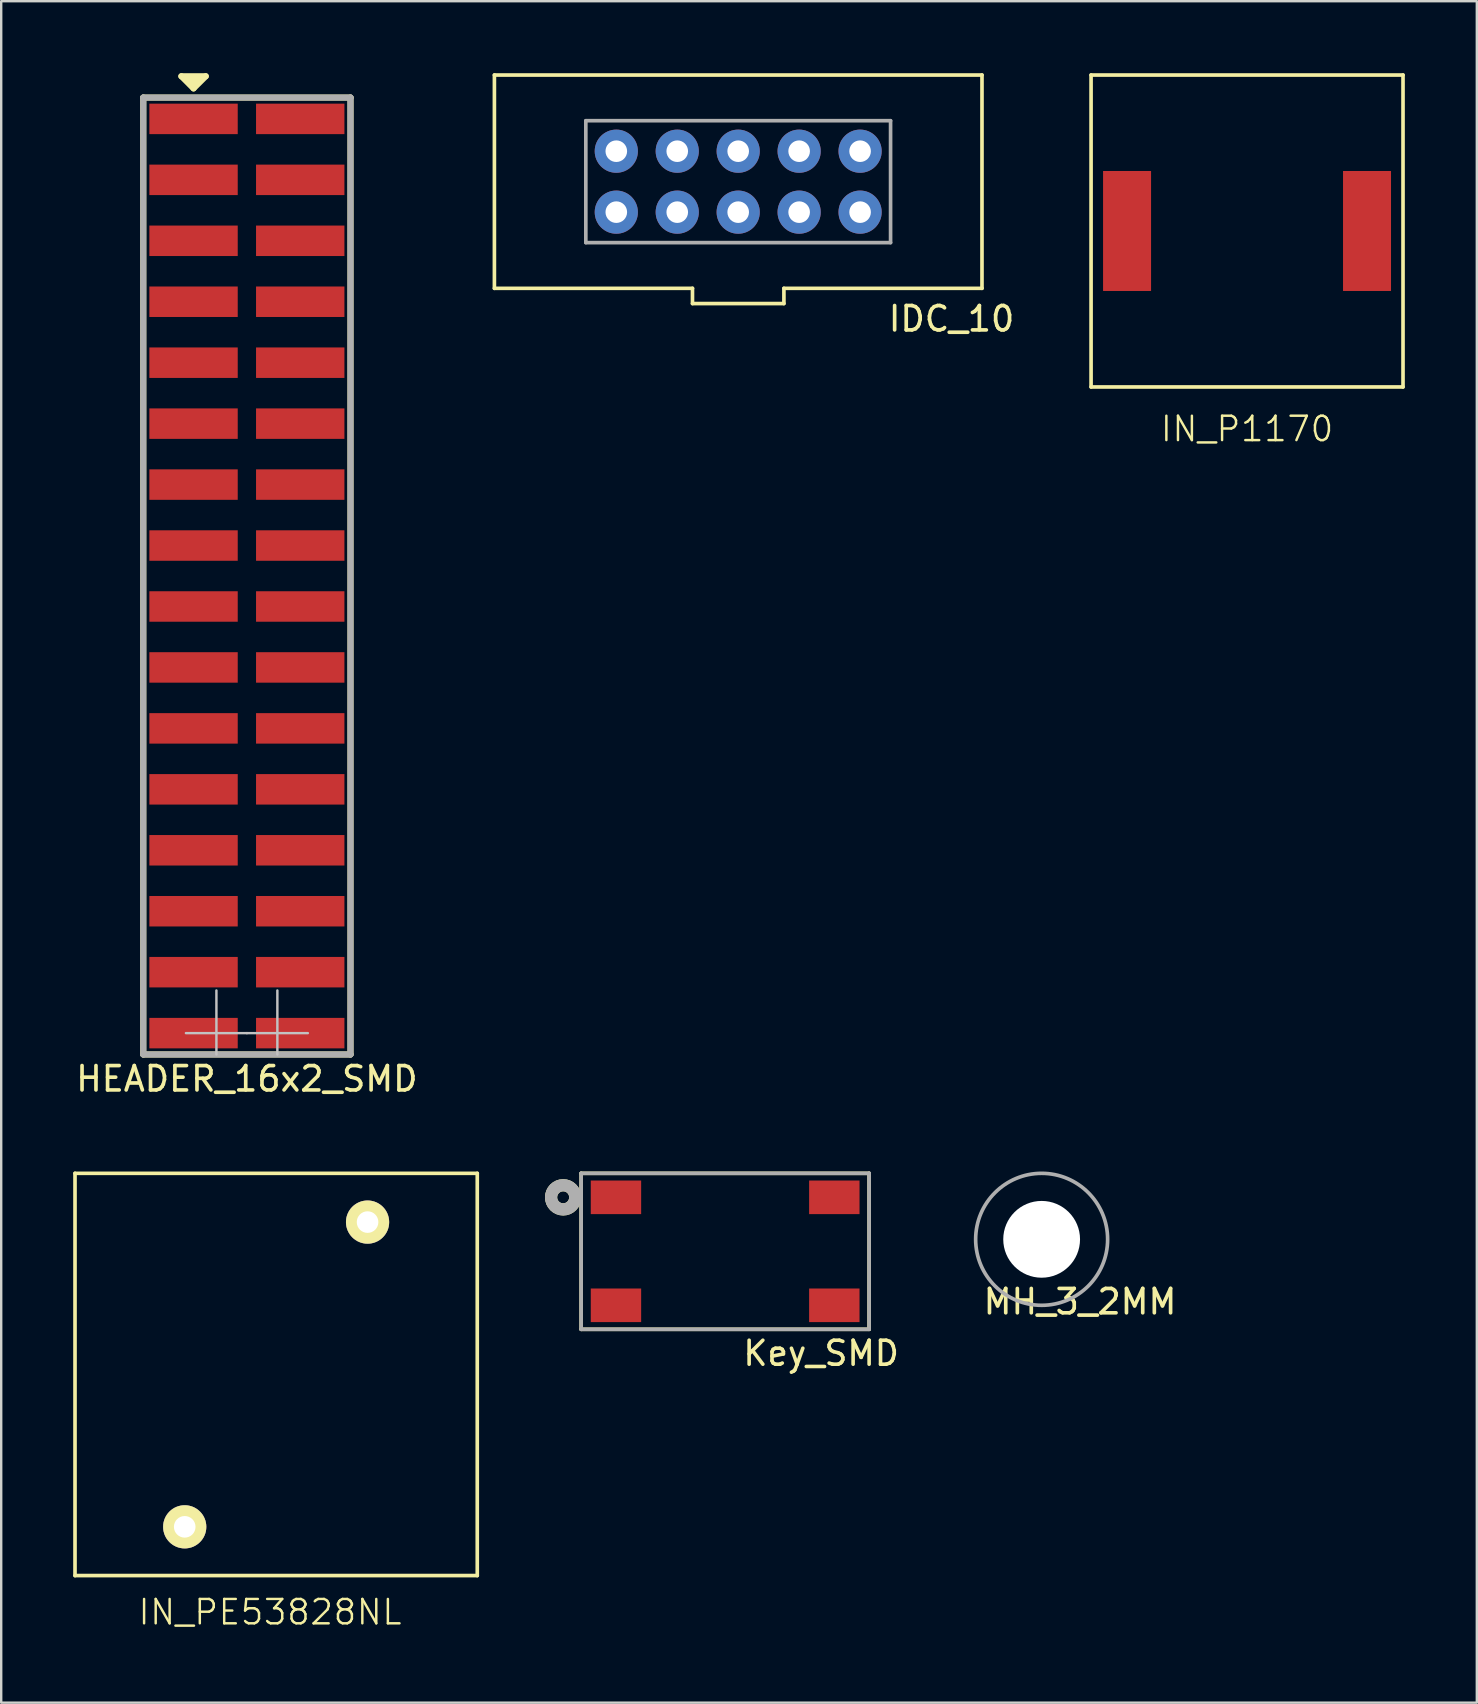
<source format=kicad_pcb>
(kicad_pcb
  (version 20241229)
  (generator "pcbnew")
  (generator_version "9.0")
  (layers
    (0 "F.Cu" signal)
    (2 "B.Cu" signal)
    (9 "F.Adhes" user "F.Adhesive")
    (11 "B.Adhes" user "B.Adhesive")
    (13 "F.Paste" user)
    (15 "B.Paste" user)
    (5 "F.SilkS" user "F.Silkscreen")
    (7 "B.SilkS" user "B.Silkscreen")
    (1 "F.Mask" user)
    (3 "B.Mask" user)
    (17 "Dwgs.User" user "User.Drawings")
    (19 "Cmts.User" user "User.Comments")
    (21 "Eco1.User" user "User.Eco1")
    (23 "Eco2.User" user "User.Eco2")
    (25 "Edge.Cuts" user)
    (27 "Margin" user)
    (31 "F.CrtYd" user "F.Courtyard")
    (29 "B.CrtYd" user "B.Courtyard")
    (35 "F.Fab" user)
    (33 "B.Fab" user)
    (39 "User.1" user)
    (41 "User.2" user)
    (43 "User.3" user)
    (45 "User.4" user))
  (footprint "HEADER_16x2_SMD"
    (layer "F.Cu")
    (at 7.239 1.905)
    (property "Reference" "HEADER_16x2_SMD" (at 0 40.005 0) (layer "F.SilkS") (effects (font (size 1.016 1.016) (thickness 0.152))))
    (attr smd)
    (fp_line (start -4.318 -0.889) (end -4.318 38.989) (stroke (width 0.254) (type solid)) (layer "F.SilkS"))
    (fp_line (start -4.318 38.989) (end 4.318 38.989) (stroke (width 0.254) (type solid)) (layer "F.SilkS"))
    (fp_line (start -2.413 -1.587) (end -2.032 -1.587) (stroke (width 0.254) (type solid)) (layer "F.SilkS"))
    (fp_line (start -2.286 -1.46) (end -2.159 -1.46) (stroke (width 0.254) (type solid)) (layer "F.SilkS"))
    (fp_line (start -2.223 -1.27) (end -2.731 -1.778) (stroke (width 0.254) (type solid)) (layer "F.SilkS"))
    (fp_line (start -2.223 -1.27) (end -1.714 -1.778) (stroke (width 0.254) (type solid)) (layer "F.SilkS"))
    (fp_line (start -1.714 -1.778) (end -2.731 -1.778) (stroke (width 0.254) (type solid)) (layer "F.SilkS"))
    (fp_line (start 4.318 -0.889) (end -4.318 -0.889) (stroke (width 0.254) (type solid)) (layer "F.SilkS"))
    (fp_line (start 4.318 38.989) (end 4.318 -0.889) (stroke (width 0.254) (type solid)) (layer "F.SilkS"))
    (fp_line (start -1.27 38.989) (end -1.27 36.322) (stroke (width 0.102) (type solid)) (layer "Dwgs.User"))
    (fp_line (start 0 38.1) (end -2.54 38.1) (stroke (width 0.102) (type solid)) (layer "Dwgs.User"))
    (fp_line (start 0 38.1) (end 2.54 38.1) (stroke (width 0.102) (type solid)) (layer "Dwgs.User"))
    (fp_line (start 1.27 38.989) (end 1.27 36.322) (stroke (width 0.102) (type solid)) (layer "Dwgs.User"))
    (fp_line (start -4.318 -0.889) (end -4.318 38.989) (stroke (width 0.254) (type solid)) (layer "F.Fab"))
    (fp_line (start -4.318 38.989) (end 4.318 38.989) (stroke (width 0.254) (type solid)) (layer "F.Fab"))
    (fp_line (start 4.318 -0.889) (end -4.318 -0.889) (stroke (width 0.254) (type solid)) (layer "F.Fab"))
    (fp_line (start 4.318 38.989) (end 4.318 -0.889) (stroke (width 0.254) (type solid)) (layer "F.Fab"))
    (pad "1" smd rect (at -2.223 0) (size 3.683 1.27) (layers "F.Cu" "F.Mask" "F.Paste"))
    (pad "2" smd rect (at 2.223 0) (size 3.683 1.27) (layers "F.Cu" "F.Mask" "F.Paste"))
    (pad "3" smd rect (at -2.223 2.54) (size 3.683 1.27) (layers "F.Cu" "F.Mask" "F.Paste"))
    (pad "4" smd rect (at 2.223 2.54) (size 3.683 1.27) (layers "F.Cu" "F.Mask" "F.Paste"))
    (pad "5" smd rect (at -2.223 5.08) (size 3.683 1.27) (layers "F.Cu" "F.Mask" "F.Paste"))
    (pad "6" smd rect (at 2.223 5.08) (size 3.683 1.27) (layers "F.Cu" "F.Mask" "F.Paste"))
    (pad "7" smd rect (at -2.223 7.62) (size 3.683 1.27) (layers "F.Cu" "F.Mask" "F.Paste"))
    (pad "8" smd rect (at 2.223 7.62) (size 3.683 1.27) (layers "F.Cu" "F.Mask" "F.Paste"))
    (pad "9" smd rect (at -2.223 10.16) (size 3.683 1.27) (layers "F.Cu" "F.Mask" "F.Paste"))
    (pad "10" smd rect (at 2.223 10.16) (size 3.683 1.27) (layers "F.Cu" "F.Mask" "F.Paste"))
    (pad "11" smd rect (at -2.223 12.7) (size 3.683 1.27) (layers "F.Cu" "F.Mask" "F.Paste"))
    (pad "12" smd rect (at 2.223 12.7) (size 3.683 1.27) (layers "F.Cu" "F.Mask" "F.Paste"))
    (pad "13" smd rect (at -2.223 15.24) (size 3.683 1.27) (layers "F.Cu" "F.Mask" "F.Paste"))
    (pad "14" smd rect (at 2.223 15.24) (size 3.683 1.27) (layers "F.Cu" "F.Mask" "F.Paste"))
    (pad "15" smd rect (at -2.223 17.78) (size 3.683 1.27) (layers "F.Cu" "F.Mask" "F.Paste"))
    (pad "16" smd rect (at 2.223 17.78) (size 3.683 1.27) (layers "F.Cu" "F.Mask" "F.Paste"))
    (pad "17" smd rect (at -2.223 20.32) (size 3.683 1.27) (layers "F.Cu" "F.Mask" "F.Paste"))
    (pad "18" smd rect (at 2.223 20.32) (size 3.683 1.27) (layers "F.Cu" "F.Mask" "F.Paste"))
    (pad "19" smd rect (at -2.223 22.86) (size 3.683 1.27) (layers "F.Cu" "F.Mask" "F.Paste"))
    (pad "20" smd rect (at 2.223 22.86) (size 3.683 1.27) (layers "F.Cu" "F.Mask" "F.Paste"))
    (pad "21" smd rect (at -2.223 25.4) (size 3.683 1.27) (layers "F.Cu" "F.Mask" "F.Paste"))
    (pad "22" smd rect (at 2.223 25.4) (size 3.683 1.27) (layers "F.Cu" "F.Mask" "F.Paste"))
    (pad "23" smd rect (at -2.223 27.94) (size 3.683 1.27) (layers "F.Cu" "F.Mask" "F.Paste"))
    (pad "24" smd rect (at 2.223 27.94) (size 3.683 1.27) (layers "F.Cu" "F.Mask" "F.Paste"))
    (pad "25" smd rect (at -2.223 30.48) (size 3.683 1.27) (layers "F.Cu" "F.Mask" "F.Paste"))
    (pad "26" smd rect (at 2.223 30.48) (size 3.683 1.27) (layers "F.Cu" "F.Mask" "F.Paste"))
    (pad "27" smd rect (at -2.223 33.02) (size 3.683 1.27) (layers "F.Cu" "F.Mask" "F.Paste"))
    (pad "28" smd rect (at 2.223 33.02) (size 3.683 1.27) (layers "F.Cu" "F.Mask" "F.Paste"))
    (pad "29" smd rect (at -2.223 35.56) (size 3.683 1.27) (layers "F.Cu" "F.Mask" "F.Paste"))
    (pad "30" smd rect (at 2.223 35.56) (size 3.683 1.27) (layers "F.Cu" "F.Mask" "F.Paste"))
    (pad "31" smd rect (at -2.223 38.1) (size 3.683 1.27) (layers "F.Cu" "F.Mask" "F.Paste"))
    (pad "32" smd rect (at 2.223 38.1) (size 3.683 1.27) (layers "F.Cu" "F.Mask" "F.Paste")))
  (footprint "MH_3_2MM"
    (layer "F.Cu")
    (at 40.36 48.598)
    (property "Reference" "MH_3_2MM" (at 1.6 2.6 0) (layer "F.SilkS") (effects (font (size 1.016 1.016) (thickness 0.152))))
    (attr through_hole)
    (fp_circle (center 0 0) (end 2.75 0) (stroke (width 0.152) (type solid)) (fill no) (layer "F.Fab"))
    (pad "" np_thru_hole circle (at 0 0) (size 3.2 3.2) (drill 3.2) (layers "*.Cu" "*.Mask")))
  (footprint "IN_PE53828NL"
    (layer "F.Cu")
    (at 4.648 60.58)
    (property "Reference" "IN_PE53828NL" (at 3.556 3.556 0) (layer "F.SilkS") (effects (font (size 1.016 1.016) (thickness 0.102))))
    (attr through_hole)
    (fp_line (start -4.572 -14.732) (end 12.192 -14.732) (stroke (width 0.152) (type solid)) (layer "F.SilkS"))
    (fp_line (start -4.572 2.032) (end -4.572 -14.732) (stroke (width 0.152) (type solid)) (layer "F.SilkS"))
    (fp_line (start -4.572 2.032) (end 12.192 2.032) (stroke (width 0.152) (type solid)) (layer "F.SilkS"))
    (fp_line (start 12.192 2.032) (end 12.192 -14.732) (stroke (width 0.152) (type solid)) (layer "F.SilkS"))
    (pad "1" thru_hole circle (at 0 0) (size 1.8 1.8) (drill 0.9) (layers "*.Cu" "*.Mask" "F.SilkS"))
    (pad "2" thru_hole circle (at 7.62 -12.7) (size 1.8 1.8) (drill 0.9) (layers "*.Cu" "*.Mask" "F.SilkS")))
  (footprint "IN_P1170"
    (layer "F.Cu")
    (at 48.92 6.576)
    (property "Reference" "IN_P1170" (at 0 8.25 0) (layer "F.SilkS") (effects (font (size 1.016 1.016) (thickness 0.102))))
    (attr smd)
    (fp_line (start -6.5 -6.5) (end 6.5 -6.5) (stroke (width 0.152) (type solid)) (layer "F.SilkS"))
    (fp_line (start -6.5 6.5) (end -6.5 -6.5) (stroke (width 0.152) (type solid)) (layer "F.SilkS"))
    (fp_line (start 6.5 -6.5) (end 6.5 6.5) (stroke (width 0.152) (type solid)) (layer "F.SilkS"))
    (fp_line (start 6.5 6.5) (end -6.5 6.5) (stroke (width 0.152) (type solid)) (layer "F.SilkS"))
    (pad "1" smd rect (at -5 0) (size 2 5) (layers "F.Cu" "F.Mask" "F.Paste"))
    (pad "2" smd rect (at 5 0) (size 2 5) (layers "F.Cu" "F.Mask" "F.Paste")))
  (footprint "Key_SMD"
    (layer "F.Cu")
    (at 27.17 49.098)
    (property "Reference" "Key_SMD" (at 4 4.25 0) (layer "F.SilkS") (effects (font (size 1 1) (thickness 0.15))))
    (attr smd)
    (fp_line (start -6 -3.25) (end 6 -3.25) (stroke (width 0.152) (type solid)) (layer "F.SilkS"))
    (fp_line (start -6 3.25) (end -6 -3.25) (stroke (width 0.152) (type solid)) (layer "F.SilkS"))
    (fp_line (start 6 -3.25) (end 6 3.25) (stroke (width 0.152) (type solid)) (layer "F.SilkS"))
    (fp_line (start 6 3.25) (end -6 3.25) (stroke (width 0.152) (type solid)) (layer "F.SilkS"))
    (fp_circle (center -6.75 -2.25) (end -6.5 -2.25) (stroke (width 0.508) (type solid)) (fill no) (layer "F.SilkS"))
    (fp_line (start -6 -3.25) (end 6 -3.25) (stroke (width 0.152) (type solid)) (layer "F.Fab"))
    (fp_line (start -6 3.25) (end -6 -3.25) (stroke (width 0.152) (type solid)) (layer "F.Fab"))
    (fp_line (start 6 -3.25) (end 6 3.25) (stroke (width 0.152) (type solid)) (layer "F.Fab"))
    (fp_line (start 6 3.25) (end -6 3.25) (stroke (width 0.152) (type solid)) (layer "F.Fab"))
    (fp_circle (center -6.75 -2.25) (end -6.5 -2.25) (stroke (width 0.508) (type solid)) (fill no) (layer "F.Fab"))
    (pad "1" smd rect (at -4.55 -2.25) (size 2.1 1.4) (layers "F.Cu" "F.Mask" "F.Paste"))
    (pad "2" smd rect (at 4.55 -2.25) (size 2.1 1.4) (layers "F.Cu" "F.Mask" "F.Paste"))
    (pad "3" smd rect (at -4.55 2.25) (size 2.1 1.4) (layers "F.Cu" "F.Mask" "F.Paste"))
    (pad "4" smd rect (at 4.55 2.25) (size 2.1 1.4) (layers "F.Cu" "F.Mask" "F.Paste")))
  (footprint "IDC_10"
    (layer "F.Cu")
    (at 27.714 4.521)
    (property "Reference" "IDC_10" (at 8.89 5.715 0) (layer "F.SilkS") (effects (font (size 1.016 1.016) (thickness 0.152))))
    (attr through_hole)
    (fp_line (start -10.16 -4.445) (end 10.16 -4.445) (stroke (width 0.152) (type solid)) (layer "F.SilkS"))
    (fp_line (start -10.16 4.445) (end -10.16 -4.445) (stroke (width 0.152) (type solid)) (layer "F.SilkS"))
    (fp_line (start -1.905 4.445) (end -10.16 4.445) (stroke (width 0.152) (type solid)) (layer "F.SilkS"))
    (fp_line (start -1.905 4.445) (end -1.905 5.08) (stroke (width 0.152) (type solid)) (layer "F.SilkS"))
    (fp_line (start -1.905 5.08) (end 1.905 5.08) (stroke (width 0.152) (type solid)) (layer "F.SilkS"))
    (fp_line (start 1.905 5.08) (end 1.905 4.445) (stroke (width 0.152) (type solid)) (layer "F.SilkS"))
    (fp_line (start 10.16 -4.445) (end 10.16 4.445) (stroke (width 0.152) (type solid)) (layer "F.SilkS"))
    (fp_line (start 10.16 4.445) (end 1.905 4.445) (stroke (width 0.152) (type solid)) (layer "F.SilkS"))
    (fp_line (start -6.35 -2.54) (end -6.35 2.54) (stroke (width 0.152) (type solid)) (layer "F.Fab"))
    (fp_line (start -6.35 -2.54) (end 6.35 -2.54) (stroke (width 0.152) (type solid)) (layer "F.Fab"))
    (fp_line (start 6.35 -2.54) (end 6.35 2.54) (stroke (width 0.152) (type solid)) (layer "F.Fab"))
    (fp_line (start 6.35 2.54) (end -6.35 2.54) (stroke (width 0.152) (type solid)) (layer "F.Fab"))
    (pad "1" thru_hole circle (at -5.08 1.27) (size 1.8 1.8) (drill 0.9) (layers "*.Cu" "*.Mask"))
    (pad "2" thru_hole circle (at -5.08 -1.27) (size 1.8 1.8) (drill 0.9) (layers "*.Cu" "*.Mask"))
    (pad "3" thru_hole circle (at -2.54 1.27) (size 1.8 1.8) (drill 0.9) (layers "*.Cu" "*.Mask"))
    (pad "4" thru_hole circle (at -2.54 -1.27) (size 1.8 1.8) (drill 0.9) (layers "*.Cu" "*.Mask"))
    (pad "5" thru_hole circle (at 0 1.27) (size 1.8 1.8) (drill 0.9) (layers "*.Cu" "*.Mask"))
    (pad "6" thru_hole circle (at 0 -1.27) (size 1.8 1.8) (drill 0.9) (layers "*.Cu" "*.Mask"))
    (pad "7" thru_hole circle (at 2.54 1.27) (size 1.8 1.8) (drill 0.9) (layers "*.Cu" "*.Mask"))
    (pad "8" thru_hole circle (at 2.54 -1.27) (size 1.8 1.8) (drill 0.9) (layers "*.Cu" "*.Mask"))
    (pad "9" thru_hole circle (at 5.08 1.27) (size 1.8 1.8) (drill 0.9) (layers "*.Cu" "*.Mask"))
    (pad "10" thru_hole circle (at 5.08 -1.27) (size 1.8 1.8) (drill 0.9) (layers "*.Cu" "*.Mask")))
  (gr_rect
    (start -3 -3)
    (end 58.496 67.909)
    (stroke (width 0.1) (type default))
    (fill no)
    (layer "Edge.Cuts")))
</source>
